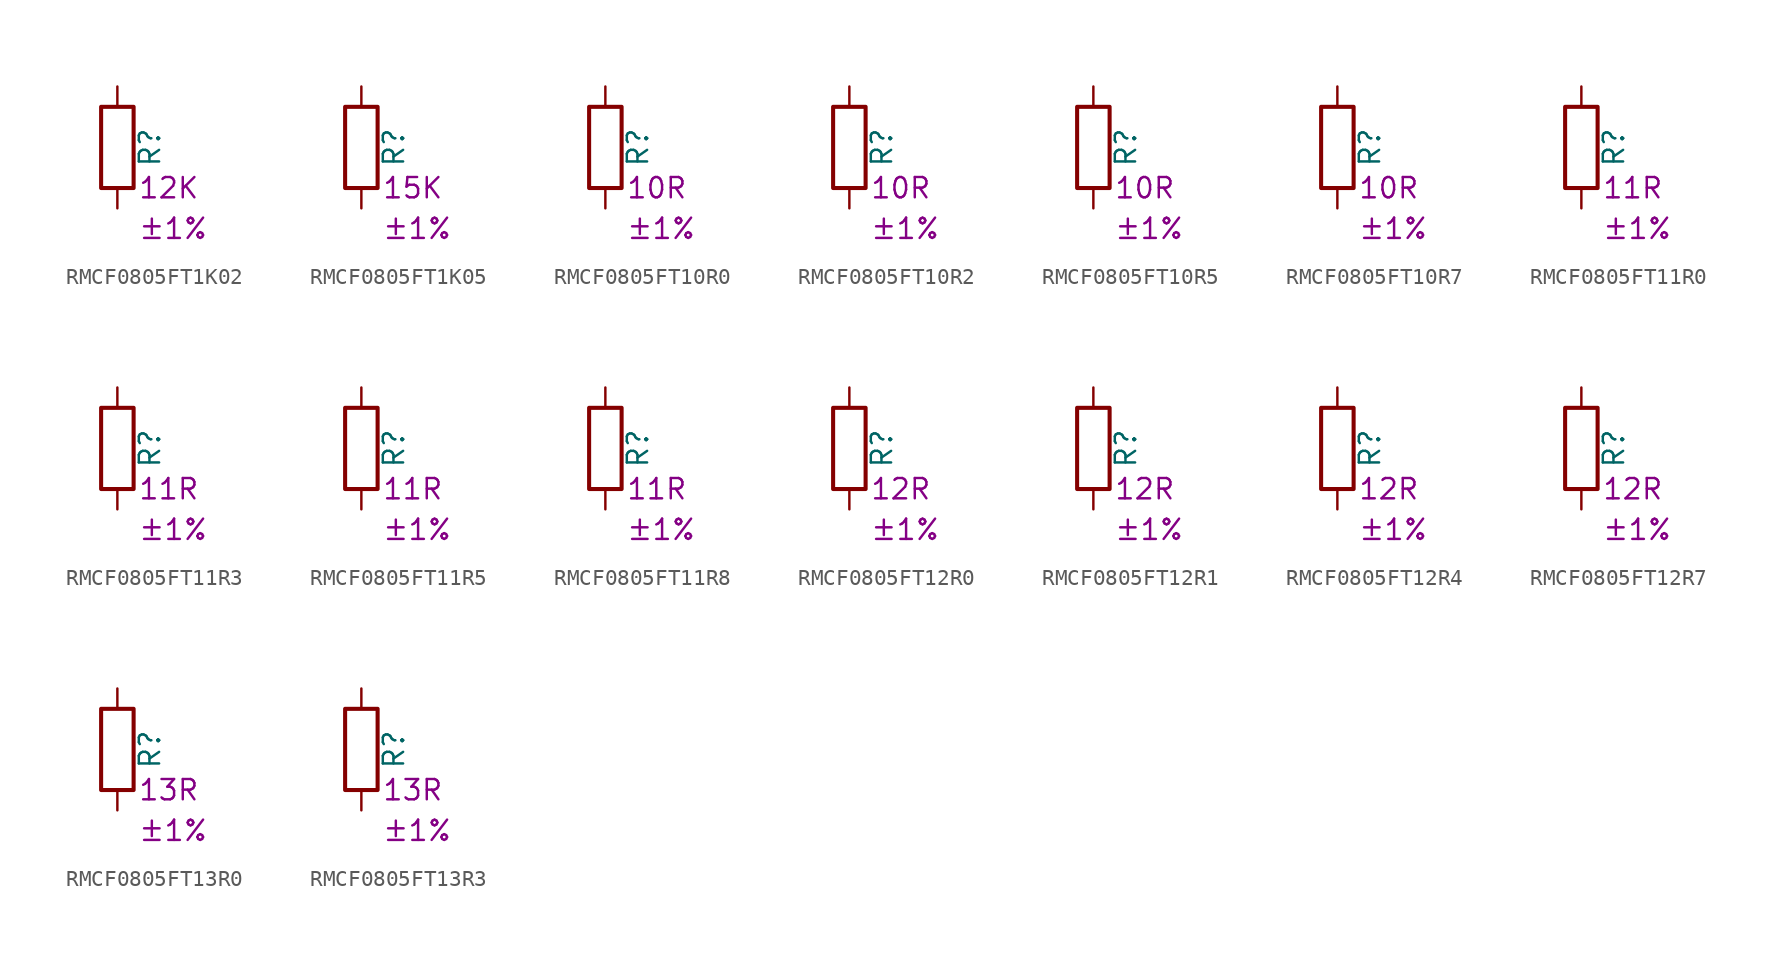
<source format=kicad_sym>
(kicad_symbol_lib
  (version 20220914)
  (generator kicad_symbol_editor)
  (symbol "RMCF0805FT1K02"
    (pin_numbers hide)
    (pin_names
      (offset 0))
    (property "Reference" "R"
      (at 2.032 0 90)
      (effects (font (size 1.27 1.27))))
    (property "Resistance" "12K"
      (at 1.27 -2.54 0)
      (effects (font (size 1.27 1.27)) (justify left)))
    (property "Tolerance" "±1%"
      (at 1.27 -5.08 0)
      (effects (font (size 1.27 1.27)) (justify left)))
    (symbol "RMCF0805FT1K02_0_1"
      (rectangle (start -1.016 -2.54) (end 1.016 2.54) (stroke (width 0.254) (type default)) (fill (type none))))
    (symbol "RMCF0805FT1K02_1_1"
      (pin passive line (at 0 3.81 270) (length 1.27) (name "~" (effects (font (size 1.27 1.27)))) (number "1" (effects (font (size 1.27 1.27)))))
      (pin passive line (at 0 -3.81 90) (length 1.27) (name "~" (effects (font (size 1.27 1.27)))) (number "2" (effects (font (size 1.27 1.27)))))))
  (symbol "RMCF0805FT1K05"
    (pin_numbers hide)
    (pin_names
      (offset 0))
    (property "Reference" "R"
      (at 2.032 0 90)
      (effects (font (size 1.27 1.27))))
    (property "Resistance" "15K"
      (at 1.27 -2.54 0)
      (effects (font (size 1.27 1.27)) (justify left)))
    (property "Tolerance" "±1%"
      (at 1.27 -5.08 0)
      (effects (font (size 1.27 1.27)) (justify left)))
    (symbol "RMCF0805FT1K05_0_1"
      (rectangle (start -1.016 -2.54) (end 1.016 2.54) (stroke (width 0.254) (type default)) (fill (type none))))
    (symbol "RMCF0805FT1K05_1_1"
      (pin passive line (at 0 3.81 270) (length 1.27) (name "~" (effects (font (size 1.27 1.27)))) (number "1" (effects (font (size 1.27 1.27)))))
      (pin passive line (at 0 -3.81 90) (length 1.27) (name "~" (effects (font (size 1.27 1.27)))) (number "2" (effects (font (size 1.27 1.27)))))))
  (symbol "RMCF0805FT10R0"
    (pin_numbers hide)
    (pin_names
      (offset 0))
    (property "Reference" "R"
      (at 2.032 0 90)
      (effects (font (size 1.27 1.27))))
    (property "Resistance" "10R"
      (at 1.27 -2.54 0)
      (effects (font (size 1.27 1.27)) (justify left)))
    (property "Tolerance" "±1%"
      (at 1.27 -5.08 0)
      (effects (font (size 1.27 1.27)) (justify left)))
    (symbol "RMCF0805FT10R0_0_1"
      (rectangle (start -1.016 -2.54) (end 1.016 2.54) (stroke (width 0.254) (type default)) (fill (type none))))
    (symbol "RMCF0805FT10R0_1_1"
      (pin passive line (at 0 3.81 270) (length 1.27) (name "~" (effects (font (size 1.27 1.27)))) (number "1" (effects (font (size 1.27 1.27)))))
      (pin passive line (at 0 -3.81 90) (length 1.27) (name "~" (effects (font (size 1.27 1.27)))) (number "2" (effects (font (size 1.27 1.27)))))))
  (symbol "RMCF0805FT10R2"
    (pin_numbers hide)
    (pin_names
      (offset 0))
    (property "Reference" "R"
      (at 2.032 0 90)
      (effects (font (size 1.27 1.27))))
    (property "Resistance" "10R"
      (at 1.27 -2.54 0)
      (effects (font (size 1.27 1.27)) (justify left)))
    (property "Tolerance" "±1%"
      (at 1.27 -5.08 0)
      (effects (font (size 1.27 1.27)) (justify left)))
    (symbol "RMCF0805FT10R2_0_1"
      (rectangle (start -1.016 -2.54) (end 1.016 2.54) (stroke (width 0.254) (type default)) (fill (type none))))
    (symbol "RMCF0805FT10R2_1_1"
      (pin passive line (at 0 3.81 270) (length 1.27) (name "~" (effects (font (size 1.27 1.27)))) (number "1" (effects (font (size 1.27 1.27)))))
      (pin passive line (at 0 -3.81 90) (length 1.27) (name "~" (effects (font (size 1.27 1.27)))) (number "2" (effects (font (size 1.27 1.27)))))))
  (symbol "RMCF0805FT10R5"
    (pin_numbers hide)
    (pin_names
      (offset 0))
    (property "Reference" "R"
      (at 2.032 0 90)
      (effects (font (size 1.27 1.27))))
    (property "Resistance" "10R"
      (at 1.27 -2.54 0)
      (effects (font (size 1.27 1.27)) (justify left)))
    (property "Tolerance" "±1%"
      (at 1.27 -5.08 0)
      (effects (font (size 1.27 1.27)) (justify left)))
    (symbol "RMCF0805FT10R5_0_1"
      (rectangle (start -1.016 -2.54) (end 1.016 2.54) (stroke (width 0.254) (type default)) (fill (type none))))
    (symbol "RMCF0805FT10R5_1_1"
      (pin passive line (at 0 3.81 270) (length 1.27) (name "~" (effects (font (size 1.27 1.27)))) (number "1" (effects (font (size 1.27 1.27)))))
      (pin passive line (at 0 -3.81 90) (length 1.27) (name "~" (effects (font (size 1.27 1.27)))) (number "2" (effects (font (size 1.27 1.27)))))))
  (symbol "RMCF0805FT10R7"
    (pin_numbers hide)
    (pin_names
      (offset 0))
    (property "Reference" "R"
      (at 2.032 0 90)
      (effects (font (size 1.27 1.27))))
    (property "Resistance" "10R"
      (at 1.27 -2.54 0)
      (effects (font (size 1.27 1.27)) (justify left)))
    (property "Tolerance" "±1%"
      (at 1.27 -5.08 0)
      (effects (font (size 1.27 1.27)) (justify left)))
    (symbol "RMCF0805FT10R7_0_1"
      (rectangle (start -1.016 -2.54) (end 1.016 2.54) (stroke (width 0.254) (type default)) (fill (type none))))
    (symbol "RMCF0805FT10R7_1_1"
      (pin passive line (at 0 3.81 270) (length 1.27) (name "~" (effects (font (size 1.27 1.27)))) (number "1" (effects (font (size 1.27 1.27)))))
      (pin passive line (at 0 -3.81 90) (length 1.27) (name "~" (effects (font (size 1.27 1.27)))) (number "2" (effects (font (size 1.27 1.27)))))))
  (symbol "RMCF0805FT11R0"
    (pin_numbers hide)
    (pin_names
      (offset 0))
    (property "Reference" "R"
      (at 2.032 0 90)
      (effects (font (size 1.27 1.27))))
    (property "Resistance" "11R"
      (at 1.27 -2.54 0)
      (effects (font (size 1.27 1.27)) (justify left)))
    (property "Tolerance" "±1%"
      (at 1.27 -5.08 0)
      (effects (font (size 1.27 1.27)) (justify left)))
    (symbol "RMCF0805FT11R0_0_1"
      (rectangle (start -1.016 -2.54) (end 1.016 2.54) (stroke (width 0.254) (type default)) (fill (type none))))
    (symbol "RMCF0805FT11R0_1_1"
      (pin passive line (at 0 3.81 270) (length 1.27) (name "~" (effects (font (size 1.27 1.27)))) (number "1" (effects (font (size 1.27 1.27)))))
      (pin passive line (at 0 -3.81 90) (length 1.27) (name "~" (effects (font (size 1.27 1.27)))) (number "2" (effects (font (size 1.27 1.27)))))))
  (symbol "RMCF0805FT11R3"
    (pin_numbers hide)
    (pin_names
      (offset 0))
    (property "Reference" "R"
      (at 2.032 0 90)
      (effects (font (size 1.27 1.27))))
    (property "Resistance" "11R"
      (at 1.27 -2.54 0)
      (effects (font (size 1.27 1.27)) (justify left)))
    (property "Tolerance" "±1%"
      (at 1.27 -5.08 0)
      (effects (font (size 1.27 1.27)) (justify left)))
    (symbol "RMCF0805FT11R3_0_1"
      (rectangle (start -1.016 -2.54) (end 1.016 2.54) (stroke (width 0.254) (type default)) (fill (type none))))
    (symbol "RMCF0805FT11R3_1_1"
      (pin passive line (at 0 3.81 270) (length 1.27) (name "~" (effects (font (size 1.27 1.27)))) (number "1" (effects (font (size 1.27 1.27)))))
      (pin passive line (at 0 -3.81 90) (length 1.27) (name "~" (effects (font (size 1.27 1.27)))) (number "2" (effects (font (size 1.27 1.27)))))))
  (symbol "RMCF0805FT11R5"
    (pin_numbers hide)
    (pin_names
      (offset 0))
    (property "Reference" "R"
      (at 2.032 0 90)
      (effects (font (size 1.27 1.27))))
    (property "Resistance" "11R"
      (at 1.27 -2.54 0)
      (effects (font (size 1.27 1.27)) (justify left)))
    (property "Tolerance" "±1%"
      (at 1.27 -5.08 0)
      (effects (font (size 1.27 1.27)) (justify left)))
    (symbol "RMCF0805FT11R5_0_1"
      (rectangle (start -1.016 -2.54) (end 1.016 2.54) (stroke (width 0.254) (type default)) (fill (type none))))
    (symbol "RMCF0805FT11R5_1_1"
      (pin passive line (at 0 3.81 270) (length 1.27) (name "~" (effects (font (size 1.27 1.27)))) (number "1" (effects (font (size 1.27 1.27)))))
      (pin passive line (at 0 -3.81 90) (length 1.27) (name "~" (effects (font (size 1.27 1.27)))) (number "2" (effects (font (size 1.27 1.27)))))))
  (symbol "RMCF0805FT11R8"
    (pin_numbers hide)
    (pin_names
      (offset 0))
    (property "Reference" "R"
      (at 2.032 0 90)
      (effects (font (size 1.27 1.27))))
    (property "Resistance" "11R"
      (at 1.27 -2.54 0)
      (effects (font (size 1.27 1.27)) (justify left)))
    (property "Tolerance" "±1%"
      (at 1.27 -5.08 0)
      (effects (font (size 1.27 1.27)) (justify left)))
    (symbol "RMCF0805FT11R8_0_1"
      (rectangle (start -1.016 -2.54) (end 1.016 2.54) (stroke (width 0.254) (type default)) (fill (type none))))
    (symbol "RMCF0805FT11R8_1_1"
      (pin passive line (at 0 3.81 270) (length 1.27) (name "~" (effects (font (size 1.27 1.27)))) (number "1" (effects (font (size 1.27 1.27)))))
      (pin passive line (at 0 -3.81 90) (length 1.27) (name "~" (effects (font (size 1.27 1.27)))) (number "2" (effects (font (size 1.27 1.27)))))))
  (symbol "RMCF0805FT12R0"
    (pin_numbers hide)
    (pin_names
      (offset 0))
    (property "Reference" "R"
      (at 2.032 0 90)
      (effects (font (size 1.27 1.27))))
    (property "Resistance" "12R"
      (at 1.27 -2.54 0)
      (effects (font (size 1.27 1.27)) (justify left)))
    (property "Tolerance" "±1%"
      (at 1.27 -5.08 0)
      (effects (font (size 1.27 1.27)) (justify left)))
    (symbol "RMCF0805FT12R0_0_1"
      (rectangle (start -1.016 -2.54) (end 1.016 2.54) (stroke (width 0.254) (type default)) (fill (type none))))
    (symbol "RMCF0805FT12R0_1_1"
      (pin passive line (at 0 3.81 270) (length 1.27) (name "~" (effects (font (size 1.27 1.27)))) (number "1" (effects (font (size 1.27 1.27)))))
      (pin passive line (at 0 -3.81 90) (length 1.27) (name "~" (effects (font (size 1.27 1.27)))) (number "2" (effects (font (size 1.27 1.27)))))))
  (symbol "RMCF0805FT12R1"
    (pin_numbers hide)
    (pin_names
      (offset 0))
    (property "Reference" "R"
      (at 2.032 0 90)
      (effects (font (size 1.27 1.27))))
    (property "Resistance" "12R"
      (at 1.27 -2.54 0)
      (effects (font (size 1.27 1.27)) (justify left)))
    (property "Tolerance" "±1%"
      (at 1.27 -5.08 0)
      (effects (font (size 1.27 1.27)) (justify left)))
    (symbol "RMCF0805FT12R1_0_1"
      (rectangle (start -1.016 -2.54) (end 1.016 2.54) (stroke (width 0.254) (type default)) (fill (type none))))
    (symbol "RMCF0805FT12R1_1_1"
      (pin passive line (at 0 3.81 270) (length 1.27) (name "~" (effects (font (size 1.27 1.27)))) (number "1" (effects (font (size 1.27 1.27)))))
      (pin passive line (at 0 -3.81 90) (length 1.27) (name "~" (effects (font (size 1.27 1.27)))) (number "2" (effects (font (size 1.27 1.27)))))))
  (symbol "RMCF0805FT12R4"
    (pin_numbers hide)
    (pin_names
      (offset 0))
    (property "Reference" "R"
      (at 2.032 0 90)
      (effects (font (size 1.27 1.27))))
    (property "Resistance" "12R"
      (at 1.27 -2.54 0)
      (effects (font (size 1.27 1.27)) (justify left)))
    (property "Tolerance" "±1%"
      (at 1.27 -5.08 0)
      (effects (font (size 1.27 1.27)) (justify left)))
    (symbol "RMCF0805FT12R4_0_1"
      (rectangle (start -1.016 -2.54) (end 1.016 2.54) (stroke (width 0.254) (type default)) (fill (type none))))
    (symbol "RMCF0805FT12R4_1_1"
      (pin passive line (at 0 3.81 270) (length 1.27) (name "~" (effects (font (size 1.27 1.27)))) (number "1" (effects (font (size 1.27 1.27)))))
      (pin passive line (at 0 -3.81 90) (length 1.27) (name "~" (effects (font (size 1.27 1.27)))) (number "2" (effects (font (size 1.27 1.27)))))))
  (symbol "RMCF0805FT12R7"
    (pin_numbers hide)
    (pin_names
      (offset 0))
    (property "Reference" "R"
      (at 2.032 0 90)
      (effects (font (size 1.27 1.27))))
    (property "Resistance" "12R"
      (at 1.27 -2.54 0)
      (effects (font (size 1.27 1.27)) (justify left)))
    (property "Tolerance" "±1%"
      (at 1.27 -5.08 0)
      (effects (font (size 1.27 1.27)) (justify left)))
    (symbol "RMCF0805FT12R7_0_1"
      (rectangle (start -1.016 -2.54) (end 1.016 2.54) (stroke (width 0.254) (type default)) (fill (type none))))
    (symbol "RMCF0805FT12R7_1_1"
      (pin passive line (at 0 3.81 270) (length 1.27) (name "~" (effects (font (size 1.27 1.27)))) (number "1" (effects (font (size 1.27 1.27)))))
      (pin passive line (at 0 -3.81 90) (length 1.27) (name "~" (effects (font (size 1.27 1.27)))) (number "2" (effects (font (size 1.27 1.27)))))))
  (symbol "RMCF0805FT13R0"
    (pin_numbers hide)
    (pin_names
      (offset 0))
    (property "Reference" "R"
      (at 2.032 0 90)
      (effects (font (size 1.27 1.27))))
    (property "Resistance" "13R"
      (at 1.27 -2.54 0)
      (effects (font (size 1.27 1.27)) (justify left)))
    (property "Tolerance" "±1%"
      (at 1.27 -5.08 0)
      (effects (font (size 1.27 1.27)) (justify left)))
    (symbol "RMCF0805FT13R0_0_1"
      (rectangle (start -1.016 -2.54) (end 1.016 2.54) (stroke (width 0.254) (type default)) (fill (type none))))
    (symbol "RMCF0805FT13R0_1_1"
      (pin passive line (at 0 3.81 270) (length 1.27) (name "~" (effects (font (size 1.27 1.27)))) (number "1" (effects (font (size 1.27 1.27)))))
      (pin passive line (at 0 -3.81 90) (length 1.27) (name "~" (effects (font (size 1.27 1.27)))) (number "2" (effects (font (size 1.27 1.27)))))))
  (symbol "RMCF0805FT13R3"
    (pin_numbers hide)
    (pin_names
      (offset 0))
    (property "Reference" "R"
      (at 2.032 0 90)
      (effects (font (size 1.27 1.27))))
    (property "Resistance" "13R"
      (at 1.27 -2.54 0)
      (effects (font (size 1.27 1.27)) (justify left)))
    (property "Tolerance" "±1%"
      (at 1.27 -5.08 0)
      (effects (font (size 1.27 1.27)) (justify left)))
    (symbol "RMCF0805FT13R3_0_1"
      (rectangle (start -1.016 -2.54) (end 1.016 2.54) (stroke (width 0.254) (type default)) (fill (type none))))
    (symbol "RMCF0805FT13R3_1_1"
      (pin passive line (at 0 3.81 270) (length 1.27) (name "~" (effects (font (size 1.27 1.27)))) (number "1" (effects (font (size 1.27 1.27)))))
      (pin passive line (at 0 -3.81 90) (length 1.27) (name "~" (effects (font (size 1.27 1.27)))) (number "2" (effects (font (size 1.27 1.27))))))))
</source>
